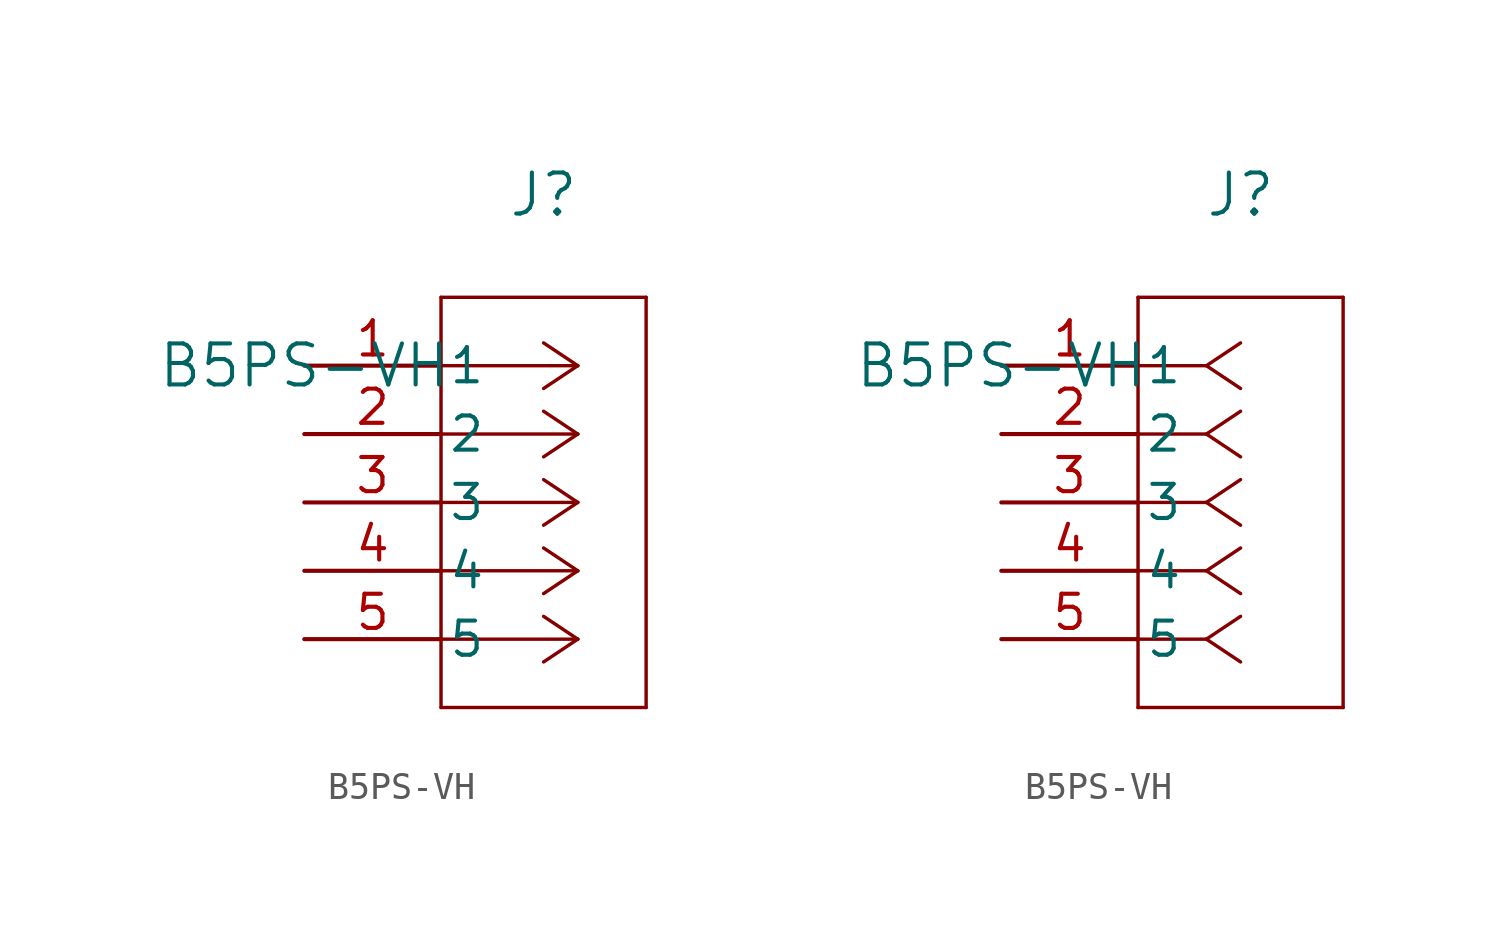
<source format=kicad_sym>
(kicad_symbol_lib
  (version 20211014)
  (generator kicad_symbol_editor)
  (symbol "B5PS-VH"
    (pin_names
      (offset 0.254))
    (property "Reference" "J"
      (at 8.89 6.35 0)
      (effects (font (size 1.524 1.524))))
    (property "Value" "B5PS-VH"
      (at 0 0 0)
      (effects (font (size 1.524 1.524))))
    (symbol "B5PS-VH_1_1"
      (polyline (pts (xy 10.16 0) (xy 5.08 0)) (stroke (width 0.127) (type default) (color 0 0 0 0)) (fill (type none)))
      (polyline (pts (xy 10.16 -2.54) (xy 5.08 -2.54)) (stroke (width 0.127) (type default) (color 0 0 0 0)) (fill (type none)))
      (polyline (pts (xy 10.16 -5.08) (xy 5.08 -5.08)) (stroke (width 0.127) (type default) (color 0 0 0 0)) (fill (type none)))
      (polyline (pts (xy 10.16 -7.62) (xy 5.08 -7.62)) (stroke (width 0.127) (type default) (color 0 0 0 0)) (fill (type none)))
      (polyline (pts (xy 10.16 -10.16) (xy 5.08 -10.16)) (stroke (width 0.127) (type default) (color 0 0 0 0)) (fill (type none)))
      (polyline (pts (xy 10.16 0) (xy 8.89 0.847)) (stroke (width 0.127) (type default) (color 0 0 0 0)) (fill (type none)))
      (polyline (pts (xy 10.16 -2.54) (xy 8.89 -1.693)) (stroke (width 0.127) (type default) (color 0 0 0 0)) (fill (type none)))
      (polyline (pts (xy 10.16 -5.08) (xy 8.89 -4.233)) (stroke (width 0.127) (type default) (color 0 0 0 0)) (fill (type none)))
      (polyline (pts (xy 10.16 -7.62) (xy 8.89 -6.773)) (stroke (width 0.127) (type default) (color 0 0 0 0)) (fill (type none)))
      (polyline (pts (xy 10.16 -10.16) (xy 8.89 -9.313)) (stroke (width 0.127) (type default) (color 0 0 0 0)) (fill (type none)))
      (polyline (pts (xy 10.16 0) (xy 8.89 -0.847)) (stroke (width 0.127) (type default) (color 0 0 0 0)) (fill (type none)))
      (polyline (pts (xy 10.16 -2.54) (xy 8.89 -3.387)) (stroke (width 0.127) (type default) (color 0 0 0 0)) (fill (type none)))
      (polyline (pts (xy 10.16 -5.08) (xy 8.89 -5.927)) (stroke (width 0.127) (type default) (color 0 0 0 0)) (fill (type none)))
      (polyline (pts (xy 10.16 -7.62) (xy 8.89 -8.467)) (stroke (width 0.127) (type default) (color 0 0 0 0)) (fill (type none)))
      (polyline (pts (xy 10.16 -10.16) (xy 8.89 -11.007)) (stroke (width 0.127) (type default) (color 0 0 0 0)) (fill (type none)))
      (polyline (pts (xy 5.08 2.54) (xy 5.08 -12.7)) (stroke (width 0.127) (type default) (color 0 0 0 0)) (fill (type none)))
      (polyline (pts (xy 5.08 -12.7) (xy 12.7 -12.7)) (stroke (width 0.127) (type default) (color 0 0 0 0)) (fill (type none)))
      (polyline (pts (xy 12.7 -12.7) (xy 12.7 2.54)) (stroke (width 0.127) (type default) (color 0 0 0 0)) (fill (type none)))
      (polyline (pts (xy 12.7 2.54) (xy 5.08 2.54)) (stroke (width 0.127) (type default) (color 0 0 0 0)) (fill (type none)))
      (pin unspecified line (at 0 0 0) (length 5.08) (name "1" (effects (font (size 1.27 1.27)))) (number "1" (effects (font (size 1.27 1.27)))))
      (pin unspecified line (at 0 -2.54 0) (length 5.08) (name "2" (effects (font (size 1.27 1.27)))) (number "2" (effects (font (size 1.27 1.27)))))
      (pin unspecified line (at 0 -5.08 0) (length 5.08) (name "3" (effects (font (size 1.27 1.27)))) (number "3" (effects (font (size 1.27 1.27)))))
      (pin unspecified line (at 0 -7.62 0) (length 5.08) (name "4" (effects (font (size 1.27 1.27)))) (number "4" (effects (font (size 1.27 1.27)))))
      (pin unspecified line (at 0 -10.16 0) (length 5.08) (name "5" (effects (font (size 1.27 1.27)))) (number "5" (effects (font (size 1.27 1.27))))))
    (symbol "B5PS-VH_1_2"
      (polyline (pts (xy 7.62 0) (xy 5.08 0)) (stroke (width 0.127) (type default) (color 0 0 0 0)) (fill (type none)))
      (polyline (pts (xy 7.62 -2.54) (xy 5.08 -2.54)) (stroke (width 0.127) (type default) (color 0 0 0 0)) (fill (type none)))
      (polyline (pts (xy 7.62 -5.08) (xy 5.08 -5.08)) (stroke (width 0.127) (type default) (color 0 0 0 0)) (fill (type none)))
      (polyline (pts (xy 7.62 -7.62) (xy 5.08 -7.62)) (stroke (width 0.127) (type default) (color 0 0 0 0)) (fill (type none)))
      (polyline (pts (xy 7.62 -10.16) (xy 5.08 -10.16)) (stroke (width 0.127) (type default) (color 0 0 0 0)) (fill (type none)))
      (polyline (pts (xy 7.62 0) (xy 8.89 0.847)) (stroke (width 0.127) (type default) (color 0 0 0 0)) (fill (type none)))
      (polyline (pts (xy 7.62 -2.54) (xy 8.89 -1.693)) (stroke (width 0.127) (type default) (color 0 0 0 0)) (fill (type none)))
      (polyline (pts (xy 7.62 -5.08) (xy 8.89 -4.233)) (stroke (width 0.127) (type default) (color 0 0 0 0)) (fill (type none)))
      (polyline (pts (xy 7.62 -7.62) (xy 8.89 -6.773)) (stroke (width 0.127) (type default) (color 0 0 0 0)) (fill (type none)))
      (polyline (pts (xy 7.62 -10.16) (xy 8.89 -9.313)) (stroke (width 0.127) (type default) (color 0 0 0 0)) (fill (type none)))
      (polyline (pts (xy 7.62 0) (xy 8.89 -0.847)) (stroke (width 0.127) (type default) (color 0 0 0 0)) (fill (type none)))
      (polyline (pts (xy 7.62 -2.54) (xy 8.89 -3.387)) (stroke (width 0.127) (type default) (color 0 0 0 0)) (fill (type none)))
      (polyline (pts (xy 7.62 -5.08) (xy 8.89 -5.927)) (stroke (width 0.127) (type default) (color 0 0 0 0)) (fill (type none)))
      (polyline (pts (xy 7.62 -7.62) (xy 8.89 -8.467)) (stroke (width 0.127) (type default) (color 0 0 0 0)) (fill (type none)))
      (polyline (pts (xy 7.62 -10.16) (xy 8.89 -11.007)) (stroke (width 0.127) (type default) (color 0 0 0 0)) (fill (type none)))
      (polyline (pts (xy 5.08 2.54) (xy 5.08 -12.7)) (stroke (width 0.127) (type default) (color 0 0 0 0)) (fill (type none)))
      (polyline (pts (xy 5.08 -12.7) (xy 12.7 -12.7)) (stroke (width 0.127) (type default) (color 0 0 0 0)) (fill (type none)))
      (polyline (pts (xy 12.7 -12.7) (xy 12.7 2.54)) (stroke (width 0.127) (type default) (color 0 0 0 0)) (fill (type none)))
      (polyline (pts (xy 12.7 2.54) (xy 5.08 2.54)) (stroke (width 0.127) (type default) (color 0 0 0 0)) (fill (type none)))
      (pin unspecified line (at 0 0 0) (length 5.08) (name "1" (effects (font (size 1.27 1.27)))) (number "1" (effects (font (size 1.27 1.27)))))
      (pin unspecified line (at 0 -2.54 0) (length 5.08) (name "2" (effects (font (size 1.27 1.27)))) (number "2" (effects (font (size 1.27 1.27)))))
      (pin unspecified line (at 0 -5.08 0) (length 5.08) (name "3" (effects (font (size 1.27 1.27)))) (number "3" (effects (font (size 1.27 1.27)))))
      (pin unspecified line (at 0 -7.62 0) (length 5.08) (name "4" (effects (font (size 1.27 1.27)))) (number "4" (effects (font (size 1.27 1.27)))))
      (pin unspecified line (at 0 -10.16 0) (length 5.08) (name "5" (effects (font (size 1.27 1.27)))) (number "5" (effects (font (size 1.27 1.27))))))))
</source>
